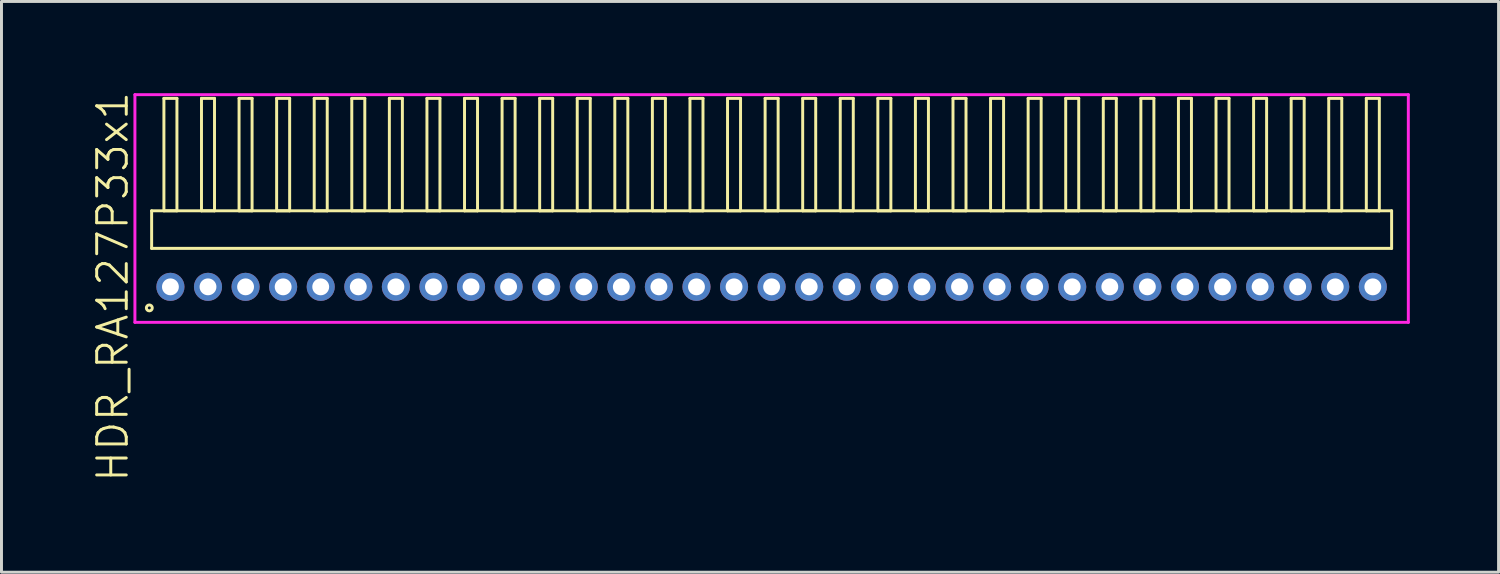
<source format=kicad_pcb>
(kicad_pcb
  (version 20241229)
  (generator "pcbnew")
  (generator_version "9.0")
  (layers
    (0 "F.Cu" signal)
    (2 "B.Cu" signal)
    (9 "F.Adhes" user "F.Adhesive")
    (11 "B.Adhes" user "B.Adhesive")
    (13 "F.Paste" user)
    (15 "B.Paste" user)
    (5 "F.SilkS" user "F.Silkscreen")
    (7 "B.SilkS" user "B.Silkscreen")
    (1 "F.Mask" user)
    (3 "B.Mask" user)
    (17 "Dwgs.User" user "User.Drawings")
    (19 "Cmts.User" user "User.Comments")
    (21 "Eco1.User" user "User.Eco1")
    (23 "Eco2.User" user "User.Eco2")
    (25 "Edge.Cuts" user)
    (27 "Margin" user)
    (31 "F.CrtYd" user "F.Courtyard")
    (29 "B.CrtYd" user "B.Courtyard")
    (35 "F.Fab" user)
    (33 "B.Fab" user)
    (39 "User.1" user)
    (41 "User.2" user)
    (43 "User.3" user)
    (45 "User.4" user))
  (footprint "HDR_RA127P33x1"
    (layer "F.Cu")
    (at 23.03 6.645)
    (property "Reference" "HDR_RA127P33x1" (at -22.27 0 90) (layer "F.SilkS") (effects (font (size 1 1) (thickness 0.1))))
    (attr through_hole)
    (fp_line (start -20.955 -2.57) (end -20.955 -1.3) (stroke (width 0.1) (type solid)) (layer "F.SilkS"))
    (fp_line (start -20.955 -1.3) (end 20.955 -1.3) (stroke (width 0.1) (type solid)) (layer "F.SilkS"))
    (fp_line (start -20.54 -6.37) (end -20.54 -2.57) (stroke (width 0.1) (type solid)) (layer "F.SilkS"))
    (fp_line (start -20.54 -2.57) (end -20.1 -2.57) (stroke (width 0.1) (type solid)) (layer "F.SilkS"))
    (fp_line (start -20.1 -6.37) (end -20.54 -6.37) (stroke (width 0.1) (type solid)) (layer "F.SilkS"))
    (fp_line (start -20.1 -2.57) (end -20.1 -6.37) (stroke (width 0.1) (type solid)) (layer "F.SilkS"))
    (fp_line (start -19.27 -6.37) (end -19.27 -2.57) (stroke (width 0.1) (type solid)) (layer "F.SilkS"))
    (fp_line (start -19.27 -2.57) (end -18.83 -2.57) (stroke (width 0.1) (type solid)) (layer "F.SilkS"))
    (fp_line (start -18.83 -6.37) (end -19.27 -6.37) (stroke (width 0.1) (type solid)) (layer "F.SilkS"))
    (fp_line (start -18.83 -2.57) (end -18.83 -6.37) (stroke (width 0.1) (type solid)) (layer "F.SilkS"))
    (fp_line (start -18 -6.37) (end -18 -2.57) (stroke (width 0.1) (type solid)) (layer "F.SilkS"))
    (fp_line (start -18 -2.57) (end -17.56 -2.57) (stroke (width 0.1) (type solid)) (layer "F.SilkS"))
    (fp_line (start -17.56 -6.37) (end -18 -6.37) (stroke (width 0.1) (type solid)) (layer "F.SilkS"))
    (fp_line (start -17.56 -2.57) (end -17.56 -6.37) (stroke (width 0.1) (type solid)) (layer "F.SilkS"))
    (fp_line (start -16.73 -6.37) (end -16.73 -2.57) (stroke (width 0.1) (type solid)) (layer "F.SilkS"))
    (fp_line (start -16.73 -2.57) (end -16.29 -2.57) (stroke (width 0.1) (type solid)) (layer "F.SilkS"))
    (fp_line (start -16.29 -6.37) (end -16.73 -6.37) (stroke (width 0.1) (type solid)) (layer "F.SilkS"))
    (fp_line (start -16.29 -2.57) (end -16.29 -6.37) (stroke (width 0.1) (type solid)) (layer "F.SilkS"))
    (fp_line (start -15.46 -6.37) (end -15.46 -2.57) (stroke (width 0.1) (type solid)) (layer "F.SilkS"))
    (fp_line (start -15.46 -2.57) (end -15.02 -2.57) (stroke (width 0.1) (type solid)) (layer "F.SilkS"))
    (fp_line (start -15.02 -6.37) (end -15.46 -6.37) (stroke (width 0.1) (type solid)) (layer "F.SilkS"))
    (fp_line (start -15.02 -2.57) (end -15.02 -6.37) (stroke (width 0.1) (type solid)) (layer "F.SilkS"))
    (fp_line (start -14.19 -6.37) (end -14.19 -2.57) (stroke (width 0.1) (type solid)) (layer "F.SilkS"))
    (fp_line (start -14.19 -2.57) (end -13.75 -2.57) (stroke (width 0.1) (type solid)) (layer "F.SilkS"))
    (fp_line (start -13.75 -6.37) (end -14.19 -6.37) (stroke (width 0.1) (type solid)) (layer "F.SilkS"))
    (fp_line (start -13.75 -2.57) (end -13.75 -6.37) (stroke (width 0.1) (type solid)) (layer "F.SilkS"))
    (fp_line (start -12.92 -6.37) (end -12.92 -2.57) (stroke (width 0.1) (type solid)) (layer "F.SilkS"))
    (fp_line (start -12.92 -2.57) (end -12.48 -2.57) (stroke (width 0.1) (type solid)) (layer "F.SilkS"))
    (fp_line (start -12.48 -6.37) (end -12.92 -6.37) (stroke (width 0.1) (type solid)) (layer "F.SilkS"))
    (fp_line (start -12.48 -2.57) (end -12.48 -6.37) (stroke (width 0.1) (type solid)) (layer "F.SilkS"))
    (fp_line (start -11.65 -6.37) (end -11.65 -2.57) (stroke (width 0.1) (type solid)) (layer "F.SilkS"))
    (fp_line (start -11.65 -2.57) (end -11.21 -2.57) (stroke (width 0.1) (type solid)) (layer "F.SilkS"))
    (fp_line (start -11.21 -6.37) (end -11.65 -6.37) (stroke (width 0.1) (type solid)) (layer "F.SilkS"))
    (fp_line (start -11.21 -2.57) (end -11.21 -6.37) (stroke (width 0.1) (type solid)) (layer "F.SilkS"))
    (fp_line (start -10.38 -6.37) (end -10.38 -2.57) (stroke (width 0.1) (type solid)) (layer "F.SilkS"))
    (fp_line (start -10.38 -2.57) (end -9.94 -2.57) (stroke (width 0.1) (type solid)) (layer "F.SilkS"))
    (fp_line (start -9.94 -6.37) (end -10.38 -6.37) (stroke (width 0.1) (type solid)) (layer "F.SilkS"))
    (fp_line (start -9.94 -2.57) (end -9.94 -6.37) (stroke (width 0.1) (type solid)) (layer "F.SilkS"))
    (fp_line (start -9.11 -6.37) (end -9.11 -2.57) (stroke (width 0.1) (type solid)) (layer "F.SilkS"))
    (fp_line (start -9.11 -2.57) (end -8.67 -2.57) (stroke (width 0.1) (type solid)) (layer "F.SilkS"))
    (fp_line (start -8.67 -6.37) (end -9.11 -6.37) (stroke (width 0.1) (type solid)) (layer "F.SilkS"))
    (fp_line (start -8.67 -2.57) (end -8.67 -6.37) (stroke (width 0.1) (type solid)) (layer "F.SilkS"))
    (fp_line (start -7.84 -6.37) (end -7.84 -2.57) (stroke (width 0.1) (type solid)) (layer "F.SilkS"))
    (fp_line (start -7.84 -2.57) (end -7.4 -2.57) (stroke (width 0.1) (type solid)) (layer "F.SilkS"))
    (fp_line (start -7.4 -6.37) (end -7.84 -6.37) (stroke (width 0.1) (type solid)) (layer "F.SilkS"))
    (fp_line (start -7.4 -2.57) (end -7.4 -6.37) (stroke (width 0.1) (type solid)) (layer "F.SilkS"))
    (fp_line (start -6.57 -6.37) (end -6.57 -2.57) (stroke (width 0.1) (type solid)) (layer "F.SilkS"))
    (fp_line (start -6.57 -2.57) (end -6.13 -2.57) (stroke (width 0.1) (type solid)) (layer "F.SilkS"))
    (fp_line (start -6.13 -6.37) (end -6.57 -6.37) (stroke (width 0.1) (type solid)) (layer "F.SilkS"))
    (fp_line (start -6.13 -2.57) (end -6.13 -6.37) (stroke (width 0.1) (type solid)) (layer "F.SilkS"))
    (fp_line (start -5.3 -6.37) (end -5.3 -2.57) (stroke (width 0.1) (type solid)) (layer "F.SilkS"))
    (fp_line (start -5.3 -2.57) (end -4.86 -2.57) (stroke (width 0.1) (type solid)) (layer "F.SilkS"))
    (fp_line (start -4.86 -6.37) (end -5.3 -6.37) (stroke (width 0.1) (type solid)) (layer "F.SilkS"))
    (fp_line (start -4.86 -2.57) (end -4.86 -6.37) (stroke (width 0.1) (type solid)) (layer "F.SilkS"))
    (fp_line (start -4.03 -6.37) (end -4.03 -2.57) (stroke (width 0.1) (type solid)) (layer "F.SilkS"))
    (fp_line (start -4.03 -2.57) (end -3.59 -2.57) (stroke (width 0.1) (type solid)) (layer "F.SilkS"))
    (fp_line (start -3.59 -6.37) (end -4.03 -6.37) (stroke (width 0.1) (type solid)) (layer "F.SilkS"))
    (fp_line (start -3.59 -2.57) (end -3.59 -6.37) (stroke (width 0.1) (type solid)) (layer "F.SilkS"))
    (fp_line (start -2.76 -6.37) (end -2.76 -2.57) (stroke (width 0.1) (type solid)) (layer "F.SilkS"))
    (fp_line (start -2.76 -2.57) (end -2.32 -2.57) (stroke (width 0.1) (type solid)) (layer "F.SilkS"))
    (fp_line (start -2.32 -6.37) (end -2.76 -6.37) (stroke (width 0.1) (type solid)) (layer "F.SilkS"))
    (fp_line (start -2.32 -2.57) (end -2.32 -6.37) (stroke (width 0.1) (type solid)) (layer "F.SilkS"))
    (fp_line (start -1.49 -6.37) (end -1.49 -2.57) (stroke (width 0.1) (type solid)) (layer "F.SilkS"))
    (fp_line (start -1.49 -2.57) (end -1.05 -2.57) (stroke (width 0.1) (type solid)) (layer "F.SilkS"))
    (fp_line (start -1.05 -6.37) (end -1.49 -6.37) (stroke (width 0.1) (type solid)) (layer "F.SilkS"))
    (fp_line (start -1.05 -2.57) (end -1.05 -6.37) (stroke (width 0.1) (type solid)) (layer "F.SilkS"))
    (fp_line (start -0.22 -6.37) (end -0.22 -2.57) (stroke (width 0.1) (type solid)) (layer "F.SilkS"))
    (fp_line (start -0.22 -2.57) (end 0.22 -2.57) (stroke (width 0.1) (type solid)) (layer "F.SilkS"))
    (fp_line (start 0.22 -6.37) (end -0.22 -6.37) (stroke (width 0.1) (type solid)) (layer "F.SilkS"))
    (fp_line (start 0.22 -2.57) (end 0.22 -6.37) (stroke (width 0.1) (type solid)) (layer "F.SilkS"))
    (fp_line (start 1.05 -6.37) (end 1.05 -2.57) (stroke (width 0.1) (type solid)) (layer "F.SilkS"))
    (fp_line (start 1.05 -2.57) (end 1.49 -2.57) (stroke (width 0.1) (type solid)) (layer "F.SilkS"))
    (fp_line (start 1.49 -6.37) (end 1.05 -6.37) (stroke (width 0.1) (type solid)) (layer "F.SilkS"))
    (fp_line (start 1.49 -2.57) (end 1.49 -6.37) (stroke (width 0.1) (type solid)) (layer "F.SilkS"))
    (fp_line (start 2.32 -6.37) (end 2.32 -2.57) (stroke (width 0.1) (type solid)) (layer "F.SilkS"))
    (fp_line (start 2.32 -2.57) (end 2.76 -2.57) (stroke (width 0.1) (type solid)) (layer "F.SilkS"))
    (fp_line (start 2.76 -6.37) (end 2.32 -6.37) (stroke (width 0.1) (type solid)) (layer "F.SilkS"))
    (fp_line (start 2.76 -2.57) (end 2.76 -6.37) (stroke (width 0.1) (type solid)) (layer "F.SilkS"))
    (fp_line (start 3.59 -6.37) (end 3.59 -2.57) (stroke (width 0.1) (type solid)) (layer "F.SilkS"))
    (fp_line (start 3.59 -2.57) (end 4.03 -2.57) (stroke (width 0.1) (type solid)) (layer "F.SilkS"))
    (fp_line (start 4.03 -6.37) (end 3.59 -6.37) (stroke (width 0.1) (type solid)) (layer "F.SilkS"))
    (fp_line (start 4.03 -2.57) (end 4.03 -6.37) (stroke (width 0.1) (type solid)) (layer "F.SilkS"))
    (fp_line (start 4.86 -6.37) (end 4.86 -2.57) (stroke (width 0.1) (type solid)) (layer "F.SilkS"))
    (fp_line (start 4.86 -2.57) (end 5.3 -2.57) (stroke (width 0.1) (type solid)) (layer "F.SilkS"))
    (fp_line (start 5.3 -6.37) (end 4.86 -6.37) (stroke (width 0.1) (type solid)) (layer "F.SilkS"))
    (fp_line (start 5.3 -2.57) (end 5.3 -6.37) (stroke (width 0.1) (type solid)) (layer "F.SilkS"))
    (fp_line (start 6.13 -6.37) (end 6.13 -2.57) (stroke (width 0.1) (type solid)) (layer "F.SilkS"))
    (fp_line (start 6.13 -2.57) (end 6.57 -2.57) (stroke (width 0.1) (type solid)) (layer "F.SilkS"))
    (fp_line (start 6.57 -6.37) (end 6.13 -6.37) (stroke (width 0.1) (type solid)) (layer "F.SilkS"))
    (fp_line (start 6.57 -2.57) (end 6.57 -6.37) (stroke (width 0.1) (type solid)) (layer "F.SilkS"))
    (fp_line (start 7.4 -6.37) (end 7.4 -2.57) (stroke (width 0.1) (type solid)) (layer "F.SilkS"))
    (fp_line (start 7.4 -2.57) (end 7.84 -2.57) (stroke (width 0.1) (type solid)) (layer "F.SilkS"))
    (fp_line (start 7.84 -6.37) (end 7.4 -6.37) (stroke (width 0.1) (type solid)) (layer "F.SilkS"))
    (fp_line (start 7.84 -2.57) (end 7.84 -6.37) (stroke (width 0.1) (type solid)) (layer "F.SilkS"))
    (fp_line (start 8.67 -6.37) (end 8.67 -2.57) (stroke (width 0.1) (type solid)) (layer "F.SilkS"))
    (fp_line (start 8.67 -2.57) (end 9.11 -2.57) (stroke (width 0.1) (type solid)) (layer "F.SilkS"))
    (fp_line (start 9.11 -6.37) (end 8.67 -6.37) (stroke (width 0.1) (type solid)) (layer "F.SilkS"))
    (fp_line (start 9.11 -2.57) (end 9.11 -6.37) (stroke (width 0.1) (type solid)) (layer "F.SilkS"))
    (fp_line (start 9.94 -6.37) (end 9.94 -2.57) (stroke (width 0.1) (type solid)) (layer "F.SilkS"))
    (fp_line (start 9.94 -2.57) (end 10.38 -2.57) (stroke (width 0.1) (type solid)) (layer "F.SilkS"))
    (fp_line (start 10.38 -6.37) (end 9.94 -6.37) (stroke (width 0.1) (type solid)) (layer "F.SilkS"))
    (fp_line (start 10.38 -2.57) (end 10.38 -6.37) (stroke (width 0.1) (type solid)) (layer "F.SilkS"))
    (fp_line (start 11.21 -6.37) (end 11.21 -2.57) (stroke (width 0.1) (type solid)) (layer "F.SilkS"))
    (fp_line (start 11.21 -2.57) (end 11.65 -2.57) (stroke (width 0.1) (type solid)) (layer "F.SilkS"))
    (fp_line (start 11.65 -6.37) (end 11.21 -6.37) (stroke (width 0.1) (type solid)) (layer "F.SilkS"))
    (fp_line (start 11.65 -2.57) (end 11.65 -6.37) (stroke (width 0.1) (type solid)) (layer "F.SilkS"))
    (fp_line (start 12.48 -6.37) (end 12.48 -2.57) (stroke (width 0.1) (type solid)) (layer "F.SilkS"))
    (fp_line (start 12.48 -2.57) (end 12.92 -2.57) (stroke (width 0.1) (type solid)) (layer "F.SilkS"))
    (fp_line (start 12.92 -6.37) (end 12.48 -6.37) (stroke (width 0.1) (type solid)) (layer "F.SilkS"))
    (fp_line (start 12.92 -2.57) (end 12.92 -6.37) (stroke (width 0.1) (type solid)) (layer "F.SilkS"))
    (fp_line (start 13.75 -6.37) (end 13.75 -2.57) (stroke (width 0.1) (type solid)) (layer "F.SilkS"))
    (fp_line (start 13.75 -2.57) (end 14.19 -2.57) (stroke (width 0.1) (type solid)) (layer "F.SilkS"))
    (fp_line (start 14.19 -6.37) (end 13.75 -6.37) (stroke (width 0.1) (type solid)) (layer "F.SilkS"))
    (fp_line (start 14.19 -2.57) (end 14.19 -6.37) (stroke (width 0.1) (type solid)) (layer "F.SilkS"))
    (fp_line (start 15.02 -6.37) (end 15.02 -2.57) (stroke (width 0.1) (type solid)) (layer "F.SilkS"))
    (fp_line (start 15.02 -2.57) (end 15.46 -2.57) (stroke (width 0.1) (type solid)) (layer "F.SilkS"))
    (fp_line (start 15.46 -6.37) (end 15.02 -6.37) (stroke (width 0.1) (type solid)) (layer "F.SilkS"))
    (fp_line (start 15.46 -2.57) (end 15.46 -6.37) (stroke (width 0.1) (type solid)) (layer "F.SilkS"))
    (fp_line (start 16.29 -6.37) (end 16.29 -2.57) (stroke (width 0.1) (type solid)) (layer "F.SilkS"))
    (fp_line (start 16.29 -2.57) (end 16.73 -2.57) (stroke (width 0.1) (type solid)) (layer "F.SilkS"))
    (fp_line (start 16.73 -6.37) (end 16.29 -6.37) (stroke (width 0.1) (type solid)) (layer "F.SilkS"))
    (fp_line (start 16.73 -2.57) (end 16.73 -6.37) (stroke (width 0.1) (type solid)) (layer "F.SilkS"))
    (fp_line (start 17.56 -6.37) (end 17.56 -2.57) (stroke (width 0.1) (type solid)) (layer "F.SilkS"))
    (fp_line (start 17.56 -2.57) (end 18 -2.57) (stroke (width 0.1) (type solid)) (layer "F.SilkS"))
    (fp_line (start 18 -6.37) (end 17.56 -6.37) (stroke (width 0.1) (type solid)) (layer "F.SilkS"))
    (fp_line (start 18 -2.57) (end 18 -6.37) (stroke (width 0.1) (type solid)) (layer "F.SilkS"))
    (fp_line (start 18.83 -6.37) (end 18.83 -2.57) (stroke (width 0.1) (type solid)) (layer "F.SilkS"))
    (fp_line (start 18.83 -2.57) (end 19.27 -2.57) (stroke (width 0.1) (type solid)) (layer "F.SilkS"))
    (fp_line (start 19.27 -6.37) (end 18.83 -6.37) (stroke (width 0.1) (type solid)) (layer "F.SilkS"))
    (fp_line (start 19.27 -2.57) (end 19.27 -6.37) (stroke (width 0.1) (type solid)) (layer "F.SilkS"))
    (fp_line (start 20.1 -6.37) (end 20.1 -2.57) (stroke (width 0.1) (type solid)) (layer "F.SilkS"))
    (fp_line (start 20.1 -2.57) (end 20.54 -2.57) (stroke (width 0.1) (type solid)) (layer "F.SilkS"))
    (fp_line (start 20.54 -6.37) (end 20.1 -6.37) (stroke (width 0.1) (type solid)) (layer "F.SilkS"))
    (fp_line (start 20.54 -2.57) (end 20.54 -6.37) (stroke (width 0.1) (type solid)) (layer "F.SilkS"))
    (fp_line (start 20.955 -2.57) (end -20.955 -2.57) (stroke (width 0.1) (type solid)) (layer "F.SilkS"))
    (fp_line (start 20.955 -1.3) (end 20.955 -2.57) (stroke (width 0.1) (type solid)) (layer "F.SilkS"))
    (fp_circle (center -21.033 0.712) (end -20.933 0.712) (stroke (width 0.1) (type solid)) (fill no) (layer "F.SilkS"))
    (fp_line (start -21.52 -6.495) (end -21.52 1.2) (stroke (width 0.1) (type solid)) (layer "F.CrtYd"))
    (fp_line (start -21.52 1.2) (end 21.52 1.2) (stroke (width 0.1) (type solid)) (layer "F.CrtYd"))
    (fp_line (start 21.52 -6.495) (end -21.52 -6.495) (stroke (width 0.1) (type solid)) (layer "F.CrtYd"))
    (fp_line (start 21.52 1.2) (end 21.52 -6.495) (stroke (width 0.1) (type solid)) (layer "F.CrtYd"))
    (pad "1" thru_hole oval (at -20.32 0) (size 0.95 0.95) (drill 0.57) (layers "*.Cu" "*.Mask"))
    (pad "2" thru_hole oval (at -19.05 0) (size 0.95 0.95) (drill 0.57) (layers "*.Cu" "*.Mask"))
    (pad "3" thru_hole oval (at -17.78 0) (size 0.95 0.95) (drill 0.57) (layers "*.Cu" "*.Mask"))
    (pad "4" thru_hole oval (at -16.51 0) (size 0.95 0.95) (drill 0.57) (layers "*.Cu" "*.Mask"))
    (pad "5" thru_hole oval (at -15.24 0) (size 0.95 0.95) (drill 0.57) (layers "*.Cu" "*.Mask"))
    (pad "6" thru_hole oval (at -13.97 0) (size 0.95 0.95) (drill 0.57) (layers "*.Cu" "*.Mask"))
    (pad "7" thru_hole oval (at -12.7 0) (size 0.95 0.95) (drill 0.57) (layers "*.Cu" "*.Mask"))
    (pad "8" thru_hole oval (at -11.43 0) (size 0.95 0.95) (drill 0.57) (layers "*.Cu" "*.Mask"))
    (pad "9" thru_hole oval (at -10.16 0) (size 0.95 0.95) (drill 0.57) (layers "*.Cu" "*.Mask"))
    (pad "10" thru_hole oval (at -8.89 0) (size 0.95 0.95) (drill 0.57) (layers "*.Cu" "*.Mask"))
    (pad "11" thru_hole oval (at -7.62 0) (size 0.95 0.95) (drill 0.57) (layers "*.Cu" "*.Mask"))
    (pad "12" thru_hole oval (at -6.35 0) (size 0.95 0.95) (drill 0.57) (layers "*.Cu" "*.Mask"))
    (pad "13" thru_hole oval (at -5.08 0) (size 0.95 0.95) (drill 0.57) (layers "*.Cu" "*.Mask"))
    (pad "14" thru_hole oval (at -3.81 0) (size 0.95 0.95) (drill 0.57) (layers "*.Cu" "*.Mask"))
    (pad "15" thru_hole oval (at -2.54 0) (size 0.95 0.95) (drill 0.57) (layers "*.Cu" "*.Mask"))
    (pad "16" thru_hole oval (at -1.27 0) (size 0.95 0.95) (drill 0.57) (layers "*.Cu" "*.Mask"))
    (pad "17" thru_hole oval (at 0 0) (size 0.95 0.95) (drill 0.57) (layers "*.Cu" "*.Mask"))
    (pad "18" thru_hole oval (at 1.27 0) (size 0.95 0.95) (drill 0.57) (layers "*.Cu" "*.Mask"))
    (pad "19" thru_hole oval (at 2.54 0) (size 0.95 0.95) (drill 0.57) (layers "*.Cu" "*.Mask"))
    (pad "20" thru_hole oval (at 3.81 0) (size 0.95 0.95) (drill 0.57) (layers "*.Cu" "*.Mask"))
    (pad "21" thru_hole oval (at 5.08 0) (size 0.95 0.95) (drill 0.57) (layers "*.Cu" "*.Mask"))
    (pad "22" thru_hole oval (at 6.35 0) (size 0.95 0.95) (drill 0.57) (layers "*.Cu" "*.Mask"))
    (pad "23" thru_hole oval (at 7.62 0) (size 0.95 0.95) (drill 0.57) (layers "*.Cu" "*.Mask"))
    (pad "24" thru_hole oval (at 8.89 0) (size 0.95 0.95) (drill 0.57) (layers "*.Cu" "*.Mask"))
    (pad "25" thru_hole oval (at 10.16 0) (size 0.95 0.95) (drill 0.57) (layers "*.Cu" "*.Mask"))
    (pad "26" thru_hole oval (at 11.43 0) (size 0.95 0.95) (drill 0.57) (layers "*.Cu" "*.Mask"))
    (pad "27" thru_hole oval (at 12.7 0) (size 0.95 0.95) (drill 0.57) (layers "*.Cu" "*.Mask"))
    (pad "28" thru_hole oval (at 13.97 0) (size 0.95 0.95) (drill 0.57) (layers "*.Cu" "*.Mask"))
    (pad "29" thru_hole oval (at 15.24 0) (size 0.95 0.95) (drill 0.57) (layers "*.Cu" "*.Mask"))
    (pad "30" thru_hole oval (at 16.51 0) (size 0.95 0.95) (drill 0.57) (layers "*.Cu" "*.Mask"))
    (pad "31" thru_hole oval (at 17.78 0) (size 0.95 0.95) (drill 0.57) (layers "*.Cu" "*.Mask"))
    (pad "32" thru_hole oval (at 19.05 0) (size 0.95 0.95) (drill 0.57) (layers "*.Cu" "*.Mask"))
    (pad "33" thru_hole oval (at 20.32 0) (size 0.95 0.95) (drill 0.57) (layers "*.Cu" "*.Mask")))
  (gr_rect
    (start -3 -3)
    (end 47.6 16.29)
    (stroke (width 0.1) (type default))
    (fill no)
    (layer "Edge.Cuts")))
</source>
